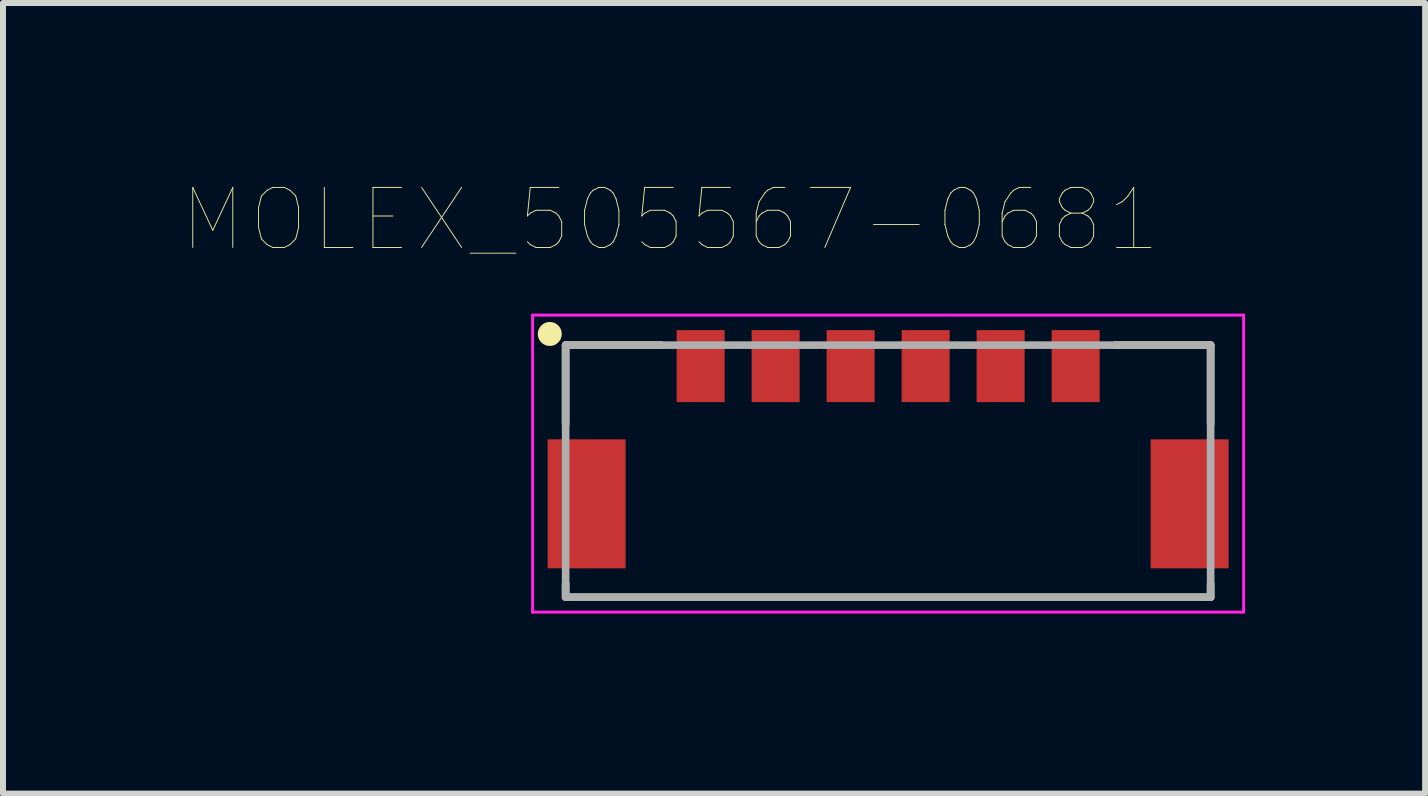
<source format=kicad_pcb>
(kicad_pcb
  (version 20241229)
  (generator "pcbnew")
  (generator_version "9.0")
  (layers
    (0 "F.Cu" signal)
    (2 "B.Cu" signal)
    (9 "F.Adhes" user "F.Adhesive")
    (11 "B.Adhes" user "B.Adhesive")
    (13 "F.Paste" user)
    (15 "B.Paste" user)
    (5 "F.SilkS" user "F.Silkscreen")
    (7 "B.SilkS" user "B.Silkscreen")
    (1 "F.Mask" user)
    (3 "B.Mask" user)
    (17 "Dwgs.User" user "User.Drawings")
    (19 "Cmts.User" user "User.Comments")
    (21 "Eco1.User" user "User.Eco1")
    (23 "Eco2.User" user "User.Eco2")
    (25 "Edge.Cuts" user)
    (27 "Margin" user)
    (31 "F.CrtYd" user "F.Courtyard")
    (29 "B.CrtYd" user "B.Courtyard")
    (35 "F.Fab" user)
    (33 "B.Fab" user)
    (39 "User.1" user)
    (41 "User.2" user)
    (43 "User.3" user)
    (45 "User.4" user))
  (footprint "MOLEX_505567-0681"
    (layer "F.Cu")
    (at 11.752 4.802)
    (property "Reference" "MOLEX_505567-0681" (at -3.629 -4.19 0) (layer "F.SilkS") (effects (font (size 1.001 1.001) (thickness 0.015))))
    (attr through_hole)
    (fp_line (start -5.375 -2.1) (end -3.779 -2.1) (stroke (width 0.127) (type solid)) (layer "F.SilkS"))
    (fp_line (start -5.375 -0.784) (end -5.375 -2.1) (stroke (width 0.127) (type solid)) (layer "F.SilkS"))
    (fp_line (start -5.375 2.1) (end -5.375 1.874) (stroke (width 0.127) (type solid)) (layer "F.SilkS"))
    (fp_line (start 5.375 -2.1) (end 3.779 -2.1) (stroke (width 0.127) (type solid)) (layer "F.SilkS"))
    (fp_line (start 5.375 -0.784) (end 5.375 -2.1) (stroke (width 0.127) (type solid)) (layer "F.SilkS"))
    (fp_line (start 5.375 2.1) (end -5.375 2.1) (stroke (width 0.12) (type solid)) (layer "F.SilkS"))
    (fp_line (start 5.375 2.1) (end 5.375 1.874) (stroke (width 0.127) (type solid)) (layer "F.SilkS"))
    (fp_circle (center -5.639 -2.286) (end -5.539 -2.286) (stroke (width 0.2) (type solid)) (fill no) (layer "F.SilkS"))
    (fp_line (start -5.925 -2.6) (end 5.925 -2.6) (stroke (width 0.05) (type solid)) (layer "F.CrtYd"))
    (fp_line (start -5.925 2.35) (end -5.925 -2.6) (stroke (width 0.05) (type solid)) (layer "F.CrtYd"))
    (fp_line (start 5.925 -2.6) (end 5.925 2.35) (stroke (width 0.05) (type solid)) (layer "F.CrtYd"))
    (fp_line (start 5.925 2.35) (end -5.925 2.35) (stroke (width 0.05) (type solid)) (layer "F.CrtYd"))
    (fp_line (start -5.375 -2.1) (end 5.375 -2.1) (stroke (width 0.127) (type solid)) (layer "F.Fab"))
    (fp_line (start -5.375 2.1) (end -5.375 -2.1) (stroke (width 0.127) (type solid)) (layer "F.Fab"))
    (fp_line (start 5.375 2.1) (end -5.375 2.1) (stroke (width 0.127) (type solid)) (layer "F.Fab"))
    (fp_line (start 5.375 -2.1) (end 5.375 2.1) (stroke (width 0.127) (type solid)) (layer "F.Fab"))
    (pad "1" smd rect (at -3.125 -1.75) (size 0.8 1.2) (layers "F.Cu" "F.Mask" "F.Paste"))
    (pad "2" smd rect (at -1.875 -1.75) (size 0.8 1.2) (layers "F.Cu" "F.Mask" "F.Paste"))
    (pad "3" smd rect (at -0.625 -1.75) (size 0.8 1.2) (layers "F.Cu" "F.Mask" "F.Paste"))
    (pad "4" smd rect (at 0.625 -1.75) (size 0.8 1.2) (layers "F.Cu" "F.Mask" "F.Paste"))
    (pad "5" smd rect (at 1.875 -1.75) (size 0.8 1.2) (layers "F.Cu" "F.Mask" "F.Paste"))
    (pad "6" smd rect (at 3.125 -1.75) (size 0.8 1.2) (layers "F.Cu" "F.Mask" "F.Paste"))
    (pad "P1" smd rect (at 5.025 0.545) (size 1.3 2.15) (layers "F.Cu" "F.Mask" "F.Paste"))
    (pad "P2" smd rect (at -5.025 0.545) (size 1.3 2.15) (layers "F.Cu" "F.Mask" "F.Paste")))
  (gr_rect
    (start -3 -3)
    (end 20.702 10.177)
    (stroke (width 0.1) (type default))
    (fill no)
    (layer "Edge.Cuts")))
</source>
